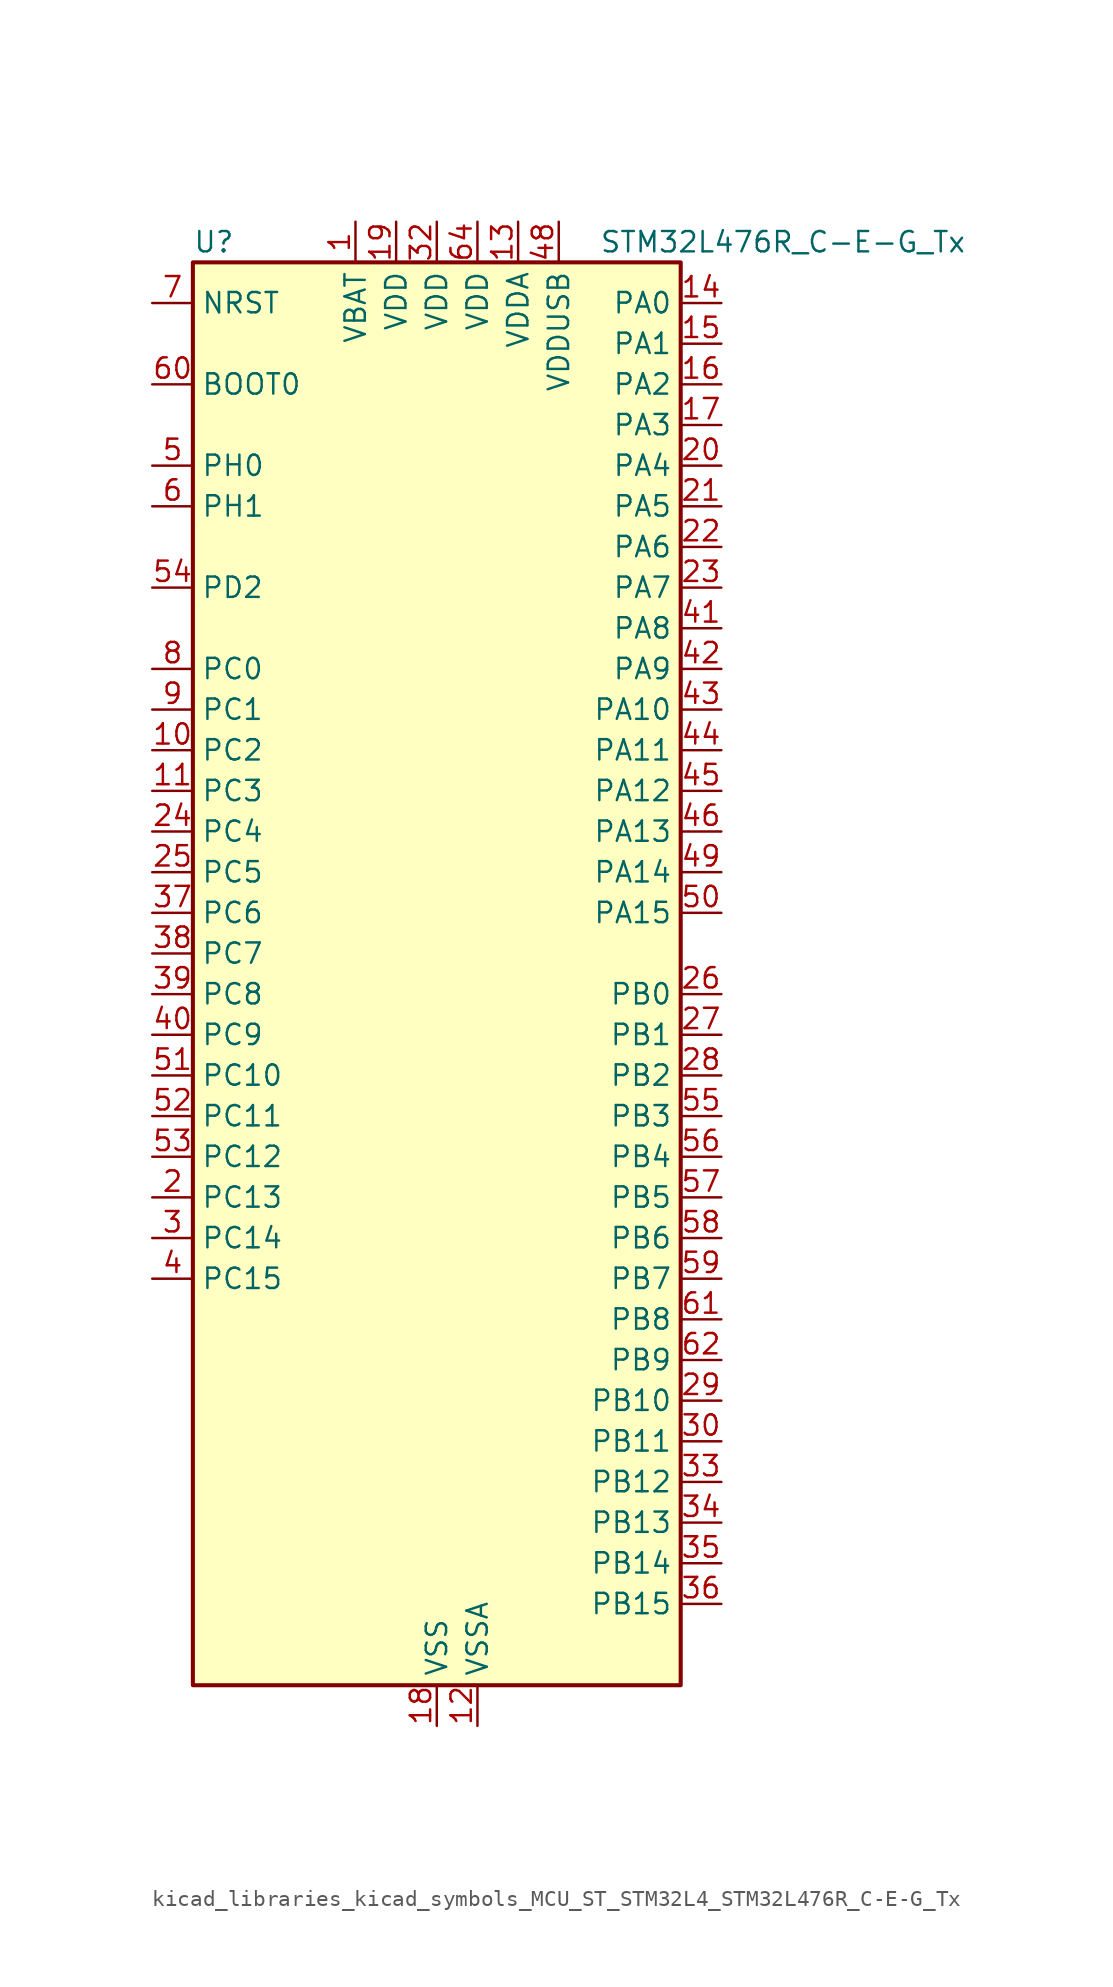
<source format=kicad_sym>
(kicad_symbol_lib
  (version 20220914)
  (generator kicad_symbol_editor)
  (symbol "kicad_libraries_kicad_symbols_MCU_ST_STM32L4_STM32L476R_C-E-G_Tx"
    (property "Reference" "U"
      (at -15.24 46.99 0)
      (effects (font (size 1.27 1.27)) (justify left)))
    (property "Value" "STM32L476R_C-E-G_Tx"
      (at 10.16 46.99 0)
      (effects (font (size 1.27 1.27)) (justify left)))
    (property "ki_locked" ""
      (at 0 0 0)
      (effects (font (size 1.27 1.27))))
    (symbol "kicad_libraries_kicad_symbols_MCU_ST_STM32L4_STM32L476R_C-E-G_Tx_0_1"
      (rectangle (start -15.24 -43.18) (end 15.24 45.72) (stroke (width 0.254) (type default)) (fill (type background))))
    (symbol "kicad_libraries_kicad_symbols_MCU_ST_STM32L4_STM32L476R_C-E-G_Tx_1_1"
      (pin power_in line (at -5.08 48.26 270) (length 2.54) (name "VBAT" (effects (font (size 1.27 1.27)))) (number "1" (effects (font (size 1.27 1.27)))))
      (pin bidirectional line (at -17.78 15.24 0) (length 2.54) (name "PC2" (effects (font (size 1.27 1.27)))) (number "10" (effects (font (size 1.27 1.27)))) (alternate "ADC1_IN3" bidirectional line) (alternate "ADC2_IN3" bidirectional line) (alternate "ADC3_IN3" bidirectional line) (alternate "DFSDM1_CKOUT" bidirectional line) (alternate "LCD_SEG20" bidirectional line) (alternate "LPTIM1_IN2" bidirectional line) (alternate "SPI2_MISO" bidirectional line))
      (pin bidirectional line (at -17.78 12.7 0) (length 2.54) (name "PC3" (effects (font (size 1.27 1.27)))) (number "11" (effects (font (size 1.27 1.27)))) (alternate "ADC1_IN4" bidirectional line) (alternate "ADC2_IN4" bidirectional line) (alternate "ADC3_IN4" bidirectional line) (alternate "LCD_VLCD" bidirectional line) (alternate "LPTIM1_ETR" bidirectional line) (alternate "LPTIM2_ETR" bidirectional line) (alternate "SAI1_SD_A" bidirectional line) (alternate "SPI2_MOSI" bidirectional line))
      (pin power_in line (at 2.54 -45.72 90) (length 2.54) (name "VSSA" (effects (font (size 1.27 1.27)))) (number "12" (effects (font (size 1.27 1.27)))))
      (pin power_in line (at 5.08 48.26 270) (length 2.54) (name "VDDA" (effects (font (size 1.27 1.27)))) (number "13" (effects (font (size 1.27 1.27)))))
      (pin bidirectional line (at 17.78 43.18 180) (length 2.54) (name "PA0" (effects (font (size 1.27 1.27)))) (number "14" (effects (font (size 1.27 1.27)))) (alternate "ADC1_IN5" bidirectional line) (alternate "ADC2_IN5" bidirectional line) (alternate "OPAMP1_VINP" bidirectional line) (alternate "RTC_TAMP2" bidirectional line) (alternate "SAI1_EXTCLK" bidirectional line) (alternate "SYS_WKUP1" bidirectional line) (alternate "TIM2_CH1" bidirectional line) (alternate "TIM2_ETR" bidirectional line) (alternate "TIM5_CH1" bidirectional line) (alternate "TIM8_ETR" bidirectional line) (alternate "UART4_TX" bidirectional line) (alternate "USART2_CTS" bidirectional line))
      (pin bidirectional line (at 17.78 40.64 180) (length 2.54) (name "PA1" (effects (font (size 1.27 1.27)))) (number "15" (effects (font (size 1.27 1.27)))) (alternate "ADC1_IN6" bidirectional line) (alternate "ADC2_IN6" bidirectional line) (alternate "LCD_SEG0" bidirectional line) (alternate "OPAMP1_VINM" bidirectional line) (alternate "TIM15_CH1N" bidirectional line) (alternate "TIM2_CH2" bidirectional line) (alternate "TIM5_CH2" bidirectional line) (alternate "UART4_RX" bidirectional line) (alternate "USART2_DE" bidirectional line) (alternate "USART2_RTS" bidirectional line))
      (pin bidirectional line (at 17.78 38.1 180) (length 2.54) (name "PA2" (effects (font (size 1.27 1.27)))) (number "16" (effects (font (size 1.27 1.27)))) (alternate "ADC1_IN7" bidirectional line) (alternate "ADC2_IN7" bidirectional line) (alternate "LCD_SEG1" bidirectional line) (alternate "RCC_LSCO" bidirectional line) (alternate "SAI2_EXTCLK" bidirectional line) (alternate "SYS_WKUP4" bidirectional line) (alternate "TIM15_CH1" bidirectional line) (alternate "TIM2_CH3" bidirectional line) (alternate "TIM5_CH3" bidirectional line) (alternate "USART2_TX" bidirectional line))
      (pin bidirectional line (at 17.78 35.56 180) (length 2.54) (name "PA3" (effects (font (size 1.27 1.27)))) (number "17" (effects (font (size 1.27 1.27)))) (alternate "ADC1_IN8" bidirectional line) (alternate "ADC2_IN8" bidirectional line) (alternate "LCD_SEG2" bidirectional line) (alternate "OPAMP1_VOUT" bidirectional line) (alternate "TIM15_CH2" bidirectional line) (alternate "TIM2_CH4" bidirectional line) (alternate "TIM5_CH4" bidirectional line) (alternate "USART2_RX" bidirectional line))
      (pin power_in line (at 0 -45.72 90) (length 2.54) (name "VSS" (effects (font (size 1.27 1.27)))) (number "18" (effects (font (size 1.27 1.27)))))
      (pin power_in line (at -2.54 48.26 270) (length 2.54) (name "VDD" (effects (font (size 1.27 1.27)))) (number "19" (effects (font (size 1.27 1.27)))))
      (pin bidirectional line (at -17.78 -12.7 0) (length 2.54) (name "PC13" (effects (font (size 1.27 1.27)))) (number "2" (effects (font (size 1.27 1.27)))) (alternate "RTC_OUT_ALARM" bidirectional line) (alternate "RTC_OUT_CALIB" bidirectional line) (alternate "RTC_TAMP1" bidirectional line) (alternate "RTC_TS" bidirectional line) (alternate "SYS_WKUP2" bidirectional line))
      (pin bidirectional line (at 17.78 33.02 180) (length 2.54) (name "PA4" (effects (font (size 1.27 1.27)))) (number "20" (effects (font (size 1.27 1.27)))) (alternate "ADC1_IN9" bidirectional line) (alternate "ADC2_IN9" bidirectional line) (alternate "DAC1_OUT1" bidirectional line) (alternate "LPTIM2_OUT" bidirectional line) (alternate "SAI1_FS_B" bidirectional line) (alternate "SPI1_NSS" bidirectional line) (alternate "SPI3_NSS" bidirectional line) (alternate "USART2_CK" bidirectional line))
      (pin bidirectional line (at 17.78 30.48 180) (length 2.54) (name "PA5" (effects (font (size 1.27 1.27)))) (number "21" (effects (font (size 1.27 1.27)))) (alternate "ADC1_IN10" bidirectional line) (alternate "ADC2_IN10" bidirectional line) (alternate "DAC1_OUT2" bidirectional line) (alternate "LPTIM2_ETR" bidirectional line) (alternate "SPI1_SCK" bidirectional line) (alternate "TIM2_CH1" bidirectional line) (alternate "TIM2_ETR" bidirectional line) (alternate "TIM8_CH1N" bidirectional line))
      (pin bidirectional line (at 17.78 27.94 180) (length 2.54) (name "PA6" (effects (font (size 1.27 1.27)))) (number "22" (effects (font (size 1.27 1.27)))) (alternate "ADC1_IN11" bidirectional line) (alternate "ADC2_IN11" bidirectional line) (alternate "LCD_SEG3" bidirectional line) (alternate "OPAMP2_VINP" bidirectional line) (alternate "QUADSPI_BK1_IO3" bidirectional line) (alternate "SPI1_MISO" bidirectional line) (alternate "TIM16_CH1" bidirectional line) (alternate "TIM1_BKIN" bidirectional line) (alternate "TIM1_BKIN_COMP2" bidirectional line) (alternate "TIM3_CH1" bidirectional line) (alternate "TIM8_BKIN" bidirectional line) (alternate "TIM8_BKIN_COMP2" bidirectional line) (alternate "USART3_CTS" bidirectional line))
      (pin bidirectional line (at 17.78 25.4 180) (length 2.54) (name "PA7" (effects (font (size 1.27 1.27)))) (number "23" (effects (font (size 1.27 1.27)))) (alternate "ADC1_IN12" bidirectional line) (alternate "ADC2_IN12" bidirectional line) (alternate "LCD_SEG4" bidirectional line) (alternate "OPAMP2_VINM" bidirectional line) (alternate "QUADSPI_BK1_IO2" bidirectional line) (alternate "SPI1_MOSI" bidirectional line) (alternate "TIM17_CH1" bidirectional line) (alternate "TIM1_CH1N" bidirectional line) (alternate "TIM3_CH2" bidirectional line) (alternate "TIM8_CH1N" bidirectional line))
      (pin bidirectional line (at -17.78 10.16 0) (length 2.54) (name "PC4" (effects (font (size 1.27 1.27)))) (number "24" (effects (font (size 1.27 1.27)))) (alternate "ADC1_IN13" bidirectional line) (alternate "ADC2_IN13" bidirectional line) (alternate "COMP1_INM" bidirectional line) (alternate "LCD_SEG22" bidirectional line) (alternate "USART3_TX" bidirectional line))
      (pin bidirectional line (at -17.78 7.62 0) (length 2.54) (name "PC5" (effects (font (size 1.27 1.27)))) (number "25" (effects (font (size 1.27 1.27)))) (alternate "ADC1_IN14" bidirectional line) (alternate "ADC2_IN14" bidirectional line) (alternate "COMP1_INP" bidirectional line) (alternate "LCD_SEG23" bidirectional line) (alternate "SYS_WKUP5" bidirectional line) (alternate "USART3_RX" bidirectional line))
      (pin bidirectional line (at 17.78 0 180) (length 2.54) (name "PB0" (effects (font (size 1.27 1.27)))) (number "26" (effects (font (size 1.27 1.27)))) (alternate "ADC1_IN15" bidirectional line) (alternate "ADC2_IN15" bidirectional line) (alternate "COMP1_OUT" bidirectional line) (alternate "LCD_SEG5" bidirectional line) (alternate "OPAMP2_VOUT" bidirectional line) (alternate "QUADSPI_BK1_IO1" bidirectional line) (alternate "TIM1_CH2N" bidirectional line) (alternate "TIM3_CH3" bidirectional line) (alternate "TIM8_CH2N" bidirectional line) (alternate "USART3_CK" bidirectional line))
      (pin bidirectional line (at 17.78 -2.54 180) (length 2.54) (name "PB1" (effects (font (size 1.27 1.27)))) (number "27" (effects (font (size 1.27 1.27)))) (alternate "ADC1_IN16" bidirectional line) (alternate "ADC2_IN16" bidirectional line) (alternate "COMP1_INM" bidirectional line) (alternate "DFSDM1_DATIN0" bidirectional line) (alternate "LCD_SEG6" bidirectional line) (alternate "LPTIM2_IN1" bidirectional line) (alternate "QUADSPI_BK1_IO0" bidirectional line) (alternate "TIM1_CH3N" bidirectional line) (alternate "TIM3_CH4" bidirectional line) (alternate "TIM8_CH3N" bidirectional line) (alternate "USART3_DE" bidirectional line) (alternate "USART3_RTS" bidirectional line))
      (pin bidirectional line (at 17.78 -5.08 180) (length 2.54) (name "PB2" (effects (font (size 1.27 1.27)))) (number "28" (effects (font (size 1.27 1.27)))) (alternate "COMP1_INP" bidirectional line) (alternate "DFSDM1_CKIN0" bidirectional line) (alternate "I2C3_SMBA" bidirectional line) (alternate "LPTIM1_OUT" bidirectional line) (alternate "RTC_OUT_ALARM" bidirectional line) (alternate "RTC_OUT_CALIB" bidirectional line))
      (pin bidirectional line (at 17.78 -25.4 180) (length 2.54) (name "PB10" (effects (font (size 1.27 1.27)))) (number "29" (effects (font (size 1.27 1.27)))) (alternate "COMP1_OUT" bidirectional line) (alternate "DFSDM1_DATIN7" bidirectional line) (alternate "I2C2_SCL" bidirectional line) (alternate "LCD_SEG10" bidirectional line) (alternate "LPUART1_RX" bidirectional line) (alternate "QUADSPI_CLK" bidirectional line) (alternate "SAI1_SCK_A" bidirectional line) (alternate "SPI2_SCK" bidirectional line) (alternate "TIM2_CH3" bidirectional line) (alternate "USART3_TX" bidirectional line))
      (pin bidirectional line (at -17.78 -15.24 0) (length 2.54) (name "PC14" (effects (font (size 1.27 1.27)))) (number "3" (effects (font (size 1.27 1.27)))) (alternate "RCC_OSC32_IN" bidirectional line))
      (pin bidirectional line (at 17.78 -27.94 180) (length 2.54) (name "PB11" (effects (font (size 1.27 1.27)))) (number "30" (effects (font (size 1.27 1.27)))) (alternate "ADC1_EXTI11" bidirectional line) (alternate "ADC2_EXTI11" bidirectional line) (alternate "ADC3_EXTI11" bidirectional line) (alternate "COMP2_OUT" bidirectional line) (alternate "DFSDM1_CKIN7" bidirectional line) (alternate "I2C2_SDA" bidirectional line) (alternate "LCD_SEG11" bidirectional line) (alternate "LPUART1_TX" bidirectional line) (alternate "QUADSPI_NCS" bidirectional line) (alternate "TIM2_CH4" bidirectional line) (alternate "USART3_RX" bidirectional line))
      (pin passive line (at 0 -45.72 90) (length 2.54) hide (name "VSS" (effects (font (size 1.27 1.27)))) (number "31" (effects (font (size 1.27 1.27)))))
      (pin power_in line (at 0 48.26 270) (length 2.54) (name "VDD" (effects (font (size 1.27 1.27)))) (number "32" (effects (font (size 1.27 1.27)))))
      (pin bidirectional line (at 17.78 -30.48 180) (length 2.54) (name "PB12" (effects (font (size 1.27 1.27)))) (number "33" (effects (font (size 1.27 1.27)))) (alternate "DFSDM1_DATIN1" bidirectional line) (alternate "I2C2_SMBA" bidirectional line) (alternate "LCD_SEG12" bidirectional line) (alternate "LPUART1_DE" bidirectional line) (alternate "LPUART1_RTS" bidirectional line) (alternate "SAI2_FS_A" bidirectional line) (alternate "SPI2_NSS" bidirectional line) (alternate "SWPMI1_IO" bidirectional line) (alternate "TIM15_BKIN" bidirectional line) (alternate "TIM1_BKIN" bidirectional line) (alternate "TIM1_BKIN_COMP2" bidirectional line) (alternate "TSC_G1_IO1" bidirectional line) (alternate "USART3_CK" bidirectional line))
      (pin bidirectional line (at 17.78 -33.02 180) (length 2.54) (name "PB13" (effects (font (size 1.27 1.27)))) (number "34" (effects (font (size 1.27 1.27)))) (alternate "DFSDM1_CKIN1" bidirectional line) (alternate "I2C2_SCL" bidirectional line) (alternate "LCD_SEG13" bidirectional line) (alternate "LPUART1_CTS" bidirectional line) (alternate "SAI2_SCK_A" bidirectional line) (alternate "SPI2_SCK" bidirectional line) (alternate "SWPMI1_TX" bidirectional line) (alternate "TIM15_CH1N" bidirectional line) (alternate "TIM1_CH1N" bidirectional line) (alternate "TSC_G1_IO2" bidirectional line) (alternate "USART3_CTS" bidirectional line))
      (pin bidirectional line (at 17.78 -35.56 180) (length 2.54) (name "PB14" (effects (font (size 1.27 1.27)))) (number "35" (effects (font (size 1.27 1.27)))) (alternate "DFSDM1_DATIN2" bidirectional line) (alternate "I2C2_SDA" bidirectional line) (alternate "LCD_SEG14" bidirectional line) (alternate "SAI2_MCLK_A" bidirectional line) (alternate "SPI2_MISO" bidirectional line) (alternate "SWPMI1_RX" bidirectional line) (alternate "TIM15_CH1" bidirectional line) (alternate "TIM1_CH2N" bidirectional line) (alternate "TIM8_CH2N" bidirectional line) (alternate "TSC_G1_IO3" bidirectional line) (alternate "USART3_DE" bidirectional line) (alternate "USART3_RTS" bidirectional line))
      (pin bidirectional line (at 17.78 -38.1 180) (length 2.54) (name "PB15" (effects (font (size 1.27 1.27)))) (number "36" (effects (font (size 1.27 1.27)))) (alternate "ADC1_EXTI15" bidirectional line) (alternate "ADC2_EXTI15" bidirectional line) (alternate "ADC3_EXTI15" bidirectional line) (alternate "DFSDM1_CKIN2" bidirectional line) (alternate "LCD_SEG15" bidirectional line) (alternate "RTC_REFIN" bidirectional line) (alternate "SAI2_SD_A" bidirectional line) (alternate "SPI2_MOSI" bidirectional line) (alternate "SWPMI1_SUSPEND" bidirectional line) (alternate "TIM15_CH2" bidirectional line) (alternate "TIM1_CH3N" bidirectional line) (alternate "TIM8_CH3N" bidirectional line) (alternate "TSC_G1_IO4" bidirectional line))
      (pin bidirectional line (at -17.78 5.08 0) (length 2.54) (name "PC6" (effects (font (size 1.27 1.27)))) (number "37" (effects (font (size 1.27 1.27)))) (alternate "DFSDM1_CKIN3" bidirectional line) (alternate "LCD_SEG24" bidirectional line) (alternate "SAI2_MCLK_A" bidirectional line) (alternate "SDMMC1_D6" bidirectional line) (alternate "TIM3_CH1" bidirectional line) (alternate "TIM8_CH1" bidirectional line) (alternate "TSC_G4_IO1" bidirectional line))
      (pin bidirectional line (at -17.78 2.54 0) (length 2.54) (name "PC7" (effects (font (size 1.27 1.27)))) (number "38" (effects (font (size 1.27 1.27)))) (alternate "DFSDM1_DATIN3" bidirectional line) (alternate "LCD_SEG25" bidirectional line) (alternate "SAI2_MCLK_B" bidirectional line) (alternate "SDMMC1_D7" bidirectional line) (alternate "TIM3_CH2" bidirectional line) (alternate "TIM8_CH2" bidirectional line) (alternate "TSC_G4_IO2" bidirectional line))
      (pin bidirectional line (at -17.78 0 0) (length 2.54) (name "PC8" (effects (font (size 1.27 1.27)))) (number "39" (effects (font (size 1.27 1.27)))) (alternate "LCD_SEG26" bidirectional line) (alternate "SDMMC1_D0" bidirectional line) (alternate "TIM3_CH3" bidirectional line) (alternate "TIM8_CH3" bidirectional line) (alternate "TSC_G4_IO3" bidirectional line))
      (pin bidirectional line (at -17.78 -17.78 0) (length 2.54) (name "PC15" (effects (font (size 1.27 1.27)))) (number "4" (effects (font (size 1.27 1.27)))) (alternate "ADC1_EXTI15" bidirectional line) (alternate "ADC2_EXTI15" bidirectional line) (alternate "ADC3_EXTI15" bidirectional line) (alternate "RCC_OSC32_OUT" bidirectional line))
      (pin bidirectional line (at -17.78 -2.54 0) (length 2.54) (name "PC9" (effects (font (size 1.27 1.27)))) (number "40" (effects (font (size 1.27 1.27)))) (alternate "DAC1_EXTI9" bidirectional line) (alternate "LCD_SEG27" bidirectional line) (alternate "SAI2_EXTCLK" bidirectional line) (alternate "SDMMC1_D1" bidirectional line) (alternate "TIM3_CH4" bidirectional line) (alternate "TIM8_BKIN2" bidirectional line) (alternate "TIM8_BKIN2_COMP1" bidirectional line) (alternate "TIM8_CH4" bidirectional line) (alternate "TSC_G4_IO4" bidirectional line) (alternate "USB_OTG_FS_NOE" bidirectional line))
      (pin bidirectional line (at 17.78 22.86 180) (length 2.54) (name "PA8" (effects (font (size 1.27 1.27)))) (number "41" (effects (font (size 1.27 1.27)))) (alternate "LCD_COM0" bidirectional line) (alternate "LPTIM2_OUT" bidirectional line) (alternate "RCC_MCO" bidirectional line) (alternate "TIM1_CH1" bidirectional line) (alternate "USART1_CK" bidirectional line) (alternate "USB_OTG_FS_SOF" bidirectional line))
      (pin bidirectional line (at 17.78 20.32 180) (length 2.54) (name "PA9" (effects (font (size 1.27 1.27)))) (number "42" (effects (font (size 1.27 1.27)))) (alternate "DAC1_EXTI9" bidirectional line) (alternate "LCD_COM1" bidirectional line) (alternate "TIM15_BKIN" bidirectional line) (alternate "TIM1_CH2" bidirectional line) (alternate "USART1_TX" bidirectional line) (alternate "USB_OTG_FS_VBUS" bidirectional line))
      (pin bidirectional line (at 17.78 17.78 180) (length 2.54) (name "PA10" (effects (font (size 1.27 1.27)))) (number "43" (effects (font (size 1.27 1.27)))) (alternate "LCD_COM2" bidirectional line) (alternate "TIM17_BKIN" bidirectional line) (alternate "TIM1_CH3" bidirectional line) (alternate "USART1_RX" bidirectional line) (alternate "USB_OTG_FS_ID" bidirectional line))
      (pin bidirectional line (at 17.78 15.24 180) (length 2.54) (name "PA11" (effects (font (size 1.27 1.27)))) (number "44" (effects (font (size 1.27 1.27)))) (alternate "ADC1_EXTI11" bidirectional line) (alternate "ADC2_EXTI11" bidirectional line) (alternate "ADC3_EXTI11" bidirectional line) (alternate "CAN1_RX" bidirectional line) (alternate "TIM1_BKIN2" bidirectional line) (alternate "TIM1_BKIN2_COMP1" bidirectional line) (alternate "TIM1_CH4" bidirectional line) (alternate "USART1_CTS" bidirectional line) (alternate "USB_OTG_FS_DM" bidirectional line))
      (pin bidirectional line (at 17.78 12.7 180) (length 2.54) (name "PA12" (effects (font (size 1.27 1.27)))) (number "45" (effects (font (size 1.27 1.27)))) (alternate "CAN1_TX" bidirectional line) (alternate "TIM1_ETR" bidirectional line) (alternate "USART1_DE" bidirectional line) (alternate "USART1_RTS" bidirectional line) (alternate "USB_OTG_FS_DP" bidirectional line))
      (pin bidirectional line (at 17.78 10.16 180) (length 2.54) (name "PA13" (effects (font (size 1.27 1.27)))) (number "46" (effects (font (size 1.27 1.27)))) (alternate "IR_OUT" bidirectional line) (alternate "SYS_JTMS-SWDIO" bidirectional line) (alternate "USB_OTG_FS_NOE" bidirectional line))
      (pin passive line (at 0 -45.72 90) (length 2.54) hide (name "VSS" (effects (font (size 1.27 1.27)))) (number "47" (effects (font (size 1.27 1.27)))))
      (pin power_in line (at 7.62 48.26 270) (length 2.54) (name "VDDUSB" (effects (font (size 1.27 1.27)))) (number "48" (effects (font (size 1.27 1.27)))))
      (pin bidirectional line (at 17.78 7.62 180) (length 2.54) (name "PA14" (effects (font (size 1.27 1.27)))) (number "49" (effects (font (size 1.27 1.27)))) (alternate "SYS_JTCK-SWCLK" bidirectional line))
      (pin bidirectional line (at -17.78 33.02 0) (length 2.54) (name "PH0" (effects (font (size 1.27 1.27)))) (number "5" (effects (font (size 1.27 1.27)))) (alternate "RCC_OSC_IN" bidirectional line))
      (pin bidirectional line (at 17.78 5.08 180) (length 2.54) (name "PA15" (effects (font (size 1.27 1.27)))) (number "50" (effects (font (size 1.27 1.27)))) (alternate "ADC1_EXTI15" bidirectional line) (alternate "ADC2_EXTI15" bidirectional line) (alternate "ADC3_EXTI15" bidirectional line) (alternate "LCD_SEG17" bidirectional line) (alternate "SAI2_FS_B" bidirectional line) (alternate "SPI1_NSS" bidirectional line) (alternate "SPI3_NSS" bidirectional line) (alternate "SYS_JTDI" bidirectional line) (alternate "TIM2_CH1" bidirectional line) (alternate "TIM2_ETR" bidirectional line) (alternate "TSC_G3_IO1" bidirectional line) (alternate "UART4_DE" bidirectional line) (alternate "UART4_RTS" bidirectional line))
      (pin bidirectional line (at -17.78 -5.08 0) (length 2.54) (name "PC10" (effects (font (size 1.27 1.27)))) (number "51" (effects (font (size 1.27 1.27)))) (alternate "LCD_COM4" bidirectional line) (alternate "LCD_SEG28" bidirectional line) (alternate "LCD_SEG40" bidirectional line) (alternate "SAI2_SCK_B" bidirectional line) (alternate "SDMMC1_D2" bidirectional line) (alternate "SPI3_SCK" bidirectional line) (alternate "TSC_G3_IO2" bidirectional line) (alternate "UART4_TX" bidirectional line) (alternate "USART3_TX" bidirectional line))
      (pin bidirectional line (at -17.78 -7.62 0) (length 2.54) (name "PC11" (effects (font (size 1.27 1.27)))) (number "52" (effects (font (size 1.27 1.27)))) (alternate "ADC1_EXTI11" bidirectional line) (alternate "ADC2_EXTI11" bidirectional line) (alternate "ADC3_EXTI11" bidirectional line) (alternate "LCD_COM5" bidirectional line) (alternate "LCD_SEG29" bidirectional line) (alternate "LCD_SEG41" bidirectional line) (alternate "SAI2_MCLK_B" bidirectional line) (alternate "SDMMC1_D3" bidirectional line) (alternate "SPI3_MISO" bidirectional line) (alternate "TSC_G3_IO3" bidirectional line) (alternate "UART4_RX" bidirectional line) (alternate "USART3_RX" bidirectional line))
      (pin bidirectional line (at -17.78 -10.16 0) (length 2.54) (name "PC12" (effects (font (size 1.27 1.27)))) (number "53" (effects (font (size 1.27 1.27)))) (alternate "LCD_COM6" bidirectional line) (alternate "LCD_SEG30" bidirectional line) (alternate "LCD_SEG42" bidirectional line) (alternate "SAI2_SD_B" bidirectional line) (alternate "SDMMC1_CK" bidirectional line) (alternate "SPI3_MOSI" bidirectional line) (alternate "TSC_G3_IO4" bidirectional line) (alternate "UART5_TX" bidirectional line) (alternate "USART3_CK" bidirectional line))
      (pin bidirectional line (at -17.78 25.4 0) (length 2.54) (name "PD2" (effects (font (size 1.27 1.27)))) (number "54" (effects (font (size 1.27 1.27)))) (alternate "LCD_COM7" bidirectional line) (alternate "LCD_SEG31" bidirectional line) (alternate "LCD_SEG43" bidirectional line) (alternate "SDMMC1_CMD" bidirectional line) (alternate "TIM3_ETR" bidirectional line) (alternate "TSC_SYNC" bidirectional line) (alternate "UART5_RX" bidirectional line) (alternate "USART3_DE" bidirectional line) (alternate "USART3_RTS" bidirectional line))
      (pin bidirectional line (at 17.78 -7.62 180) (length 2.54) (name "PB3" (effects (font (size 1.27 1.27)))) (number "55" (effects (font (size 1.27 1.27)))) (alternate "COMP2_INM" bidirectional line) (alternate "LCD_SEG7" bidirectional line) (alternate "SAI1_SCK_B" bidirectional line) (alternate "SPI1_SCK" bidirectional line) (alternate "SPI3_SCK" bidirectional line) (alternate "SYS_JTDO-SWO" bidirectional line) (alternate "TIM2_CH2" bidirectional line) (alternate "USART1_DE" bidirectional line) (alternate "USART1_RTS" bidirectional line))
      (pin bidirectional line (at 17.78 -10.16 180) (length 2.54) (name "PB4" (effects (font (size 1.27 1.27)))) (number "56" (effects (font (size 1.27 1.27)))) (alternate "COMP2_INP" bidirectional line) (alternate "LCD_SEG8" bidirectional line) (alternate "SAI1_MCLK_B" bidirectional line) (alternate "SPI1_MISO" bidirectional line) (alternate "SPI3_MISO" bidirectional line) (alternate "SYS_JTRST" bidirectional line) (alternate "TIM17_BKIN" bidirectional line) (alternate "TIM3_CH1" bidirectional line) (alternate "TSC_G2_IO1" bidirectional line) (alternate "UART5_DE" bidirectional line) (alternate "UART5_RTS" bidirectional line) (alternate "USART1_CTS" bidirectional line))
      (pin bidirectional line (at 17.78 -12.7 180) (length 2.54) (name "PB5" (effects (font (size 1.27 1.27)))) (number "57" (effects (font (size 1.27 1.27)))) (alternate "COMP2_OUT" bidirectional line) (alternate "I2C1_SMBA" bidirectional line) (alternate "LCD_SEG9" bidirectional line) (alternate "LPTIM1_IN1" bidirectional line) (alternate "SAI1_SD_B" bidirectional line) (alternate "SPI1_MOSI" bidirectional line) (alternate "SPI3_MOSI" bidirectional line) (alternate "TIM16_BKIN" bidirectional line) (alternate "TIM3_CH2" bidirectional line) (alternate "TSC_G2_IO2" bidirectional line) (alternate "UART5_CTS" bidirectional line) (alternate "USART1_CK" bidirectional line))
      (pin bidirectional line (at 17.78 -15.24 180) (length 2.54) (name "PB6" (effects (font (size 1.27 1.27)))) (number "58" (effects (font (size 1.27 1.27)))) (alternate "COMP2_INP" bidirectional line) (alternate "DFSDM1_DATIN5" bidirectional line) (alternate "I2C1_SCL" bidirectional line) (alternate "LPTIM1_ETR" bidirectional line) (alternate "SAI1_FS_B" bidirectional line) (alternate "TIM16_CH1N" bidirectional line) (alternate "TIM4_CH1" bidirectional line) (alternate "TIM8_BKIN2" bidirectional line) (alternate "TIM8_BKIN2_COMP2" bidirectional line) (alternate "TSC_G2_IO3" bidirectional line) (alternate "USART1_TX" bidirectional line))
      (pin bidirectional line (at 17.78 -17.78 180) (length 2.54) (name "PB7" (effects (font (size 1.27 1.27)))) (number "59" (effects (font (size 1.27 1.27)))) (alternate "COMP2_INM" bidirectional line) (alternate "DFSDM1_CKIN5" bidirectional line) (alternate "I2C1_SDA" bidirectional line) (alternate "LCD_SEG21" bidirectional line) (alternate "LPTIM1_IN2" bidirectional line) (alternate "SYS_PVD_IN" bidirectional line) (alternate "TIM17_CH1N" bidirectional line) (alternate "TIM4_CH2" bidirectional line) (alternate "TIM8_BKIN" bidirectional line) (alternate "TIM8_BKIN_COMP1" bidirectional line) (alternate "TSC_G2_IO4" bidirectional line) (alternate "UART4_CTS" bidirectional line) (alternate "USART1_RX" bidirectional line))
      (pin bidirectional line (at -17.78 30.48 0) (length 2.54) (name "PH1" (effects (font (size 1.27 1.27)))) (number "6" (effects (font (size 1.27 1.27)))) (alternate "RCC_OSC_OUT" bidirectional line))
      (pin input line (at -17.78 38.1 0) (length 2.54) (name "BOOT0" (effects (font (size 1.27 1.27)))) (number "60" (effects (font (size 1.27 1.27)))))
      (pin bidirectional line (at 17.78 -20.32 180) (length 2.54) (name "PB8" (effects (font (size 1.27 1.27)))) (number "61" (effects (font (size 1.27 1.27)))) (alternate "CAN1_RX" bidirectional line) (alternate "DFSDM1_DATIN6" bidirectional line) (alternate "I2C1_SCL" bidirectional line) (alternate "LCD_SEG16" bidirectional line) (alternate "SAI1_MCLK_A" bidirectional line) (alternate "SDMMC1_D4" bidirectional line) (alternate "TIM16_CH1" bidirectional line) (alternate "TIM4_CH3" bidirectional line))
      (pin bidirectional line (at 17.78 -22.86 180) (length 2.54) (name "PB9" (effects (font (size 1.27 1.27)))) (number "62" (effects (font (size 1.27 1.27)))) (alternate "CAN1_TX" bidirectional line) (alternate "DAC1_EXTI9" bidirectional line) (alternate "DFSDM1_CKIN6" bidirectional line) (alternate "I2C1_SDA" bidirectional line) (alternate "IR_OUT" bidirectional line) (alternate "LCD_COM3" bidirectional line) (alternate "SAI1_FS_A" bidirectional line) (alternate "SDMMC1_D5" bidirectional line) (alternate "SPI2_NSS" bidirectional line) (alternate "TIM17_CH1" bidirectional line) (alternate "TIM4_CH4" bidirectional line))
      (pin passive line (at 0 -45.72 90) (length 2.54) hide (name "VSS" (effects (font (size 1.27 1.27)))) (number "63" (effects (font (size 1.27 1.27)))))
      (pin power_in line (at 2.54 48.26 270) (length 2.54) (name "VDD" (effects (font (size 1.27 1.27)))) (number "64" (effects (font (size 1.27 1.27)))))
      (pin input line (at -17.78 43.18 0) (length 2.54) (name "NRST" (effects (font (size 1.27 1.27)))) (number "7" (effects (font (size 1.27 1.27)))))
      (pin bidirectional line (at -17.78 20.32 0) (length 2.54) (name "PC0" (effects (font (size 1.27 1.27)))) (number "8" (effects (font (size 1.27 1.27)))) (alternate "ADC1_IN1" bidirectional line) (alternate "ADC2_IN1" bidirectional line) (alternate "ADC3_IN1" bidirectional line) (alternate "DFSDM1_DATIN4" bidirectional line) (alternate "I2C3_SCL" bidirectional line) (alternate "LCD_SEG18" bidirectional line) (alternate "LPTIM1_IN1" bidirectional line) (alternate "LPTIM2_IN1" bidirectional line) (alternate "LPUART1_RX" bidirectional line))
      (pin bidirectional line (at -17.78 17.78 0) (length 2.54) (name "PC1" (effects (font (size 1.27 1.27)))) (number "9" (effects (font (size 1.27 1.27)))) (alternate "ADC1_IN2" bidirectional line) (alternate "ADC2_IN2" bidirectional line) (alternate "ADC3_IN2" bidirectional line) (alternate "DFSDM1_CKIN4" bidirectional line) (alternate "I2C3_SDA" bidirectional line) (alternate "LCD_SEG19" bidirectional line) (alternate "LPTIM1_OUT" bidirectional line) (alternate "LPUART1_TX" bidirectional line)))))
</source>
